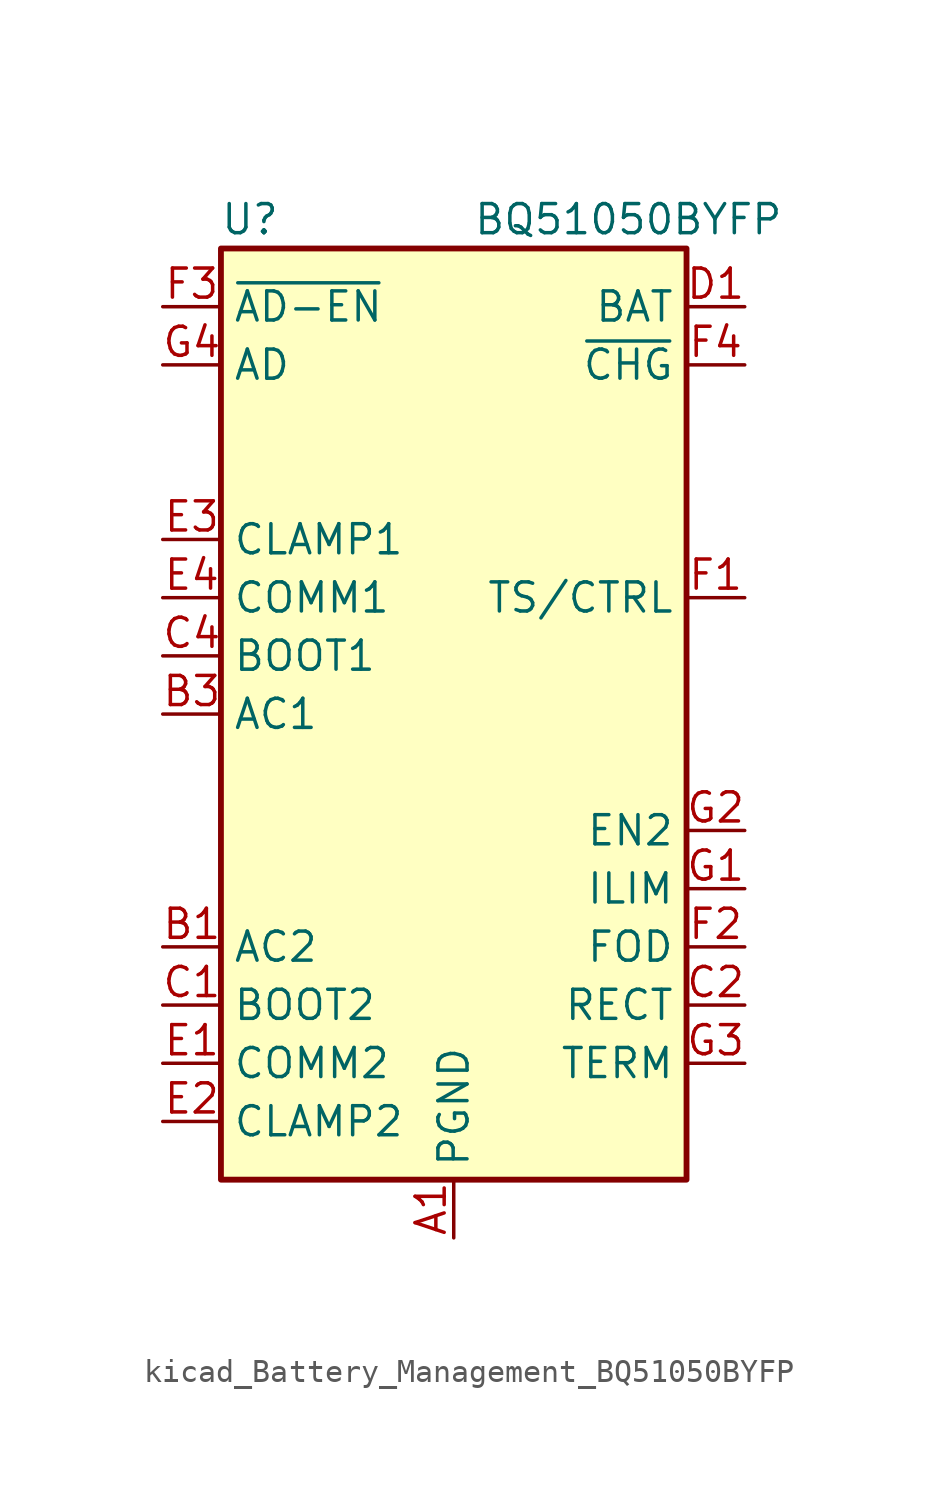
<source format=kicad_sym>
(kicad_symbol_lib
  (version 20220914)
  (generator kicad_symbol_editor)
  (symbol "kicad_Battery_Management_BQ51050BYFP"
    (property "Reference" "U"
      (at -8.89 21.59 0)
      (effects (font (size 1.27 1.27))))
    (property "Value" "BQ51050BYFP"
      (at 7.62 21.59 0)
      (effects (font (size 1.27 1.27))))
    (symbol "kicad_Battery_Management_BQ51050BYFP_0_1"
      (rectangle (start -10.16 -20.32) (end 10.16 20.32) (stroke (width 0.254) (type default)) (fill (type background))))
    (symbol "kicad_Battery_Management_BQ51050BYFP_1_1"
      (pin power_in line (at 0 -22.86 90) (length 2.54) (name "PGND" (effects (font (size 1.27 1.27)))) (number "A1" (effects (font (size 1.27 1.27)))))
      (pin passive line (at 0 -22.86 90) (length 2.54) hide (name "PGND" (effects (font (size 1.27 1.27)))) (number "A2" (effects (font (size 1.27 1.27)))))
      (pin passive line (at 0 -22.86 90) (length 2.54) hide (name "PGND" (effects (font (size 1.27 1.27)))) (number "A3" (effects (font (size 1.27 1.27)))))
      (pin passive line (at 0 -22.86 90) (length 2.54) hide (name "PGND" (effects (font (size 1.27 1.27)))) (number "A4" (effects (font (size 1.27 1.27)))))
      (pin input line (at -12.7 -10.16 0) (length 2.54) (name "AC2" (effects (font (size 1.27 1.27)))) (number "B1" (effects (font (size 1.27 1.27)))))
      (pin input line (at -12.7 -10.16 0) (length 2.54) hide (name "AC2" (effects (font (size 1.27 1.27)))) (number "B2" (effects (font (size 1.27 1.27)))))
      (pin input line (at -12.7 0 0) (length 2.54) (name "AC1" (effects (font (size 1.27 1.27)))) (number "B3" (effects (font (size 1.27 1.27)))))
      (pin input line (at -12.7 0 0) (length 2.54) hide (name "AC1" (effects (font (size 1.27 1.27)))) (number "B4" (effects (font (size 1.27 1.27)))))
      (pin passive line (at -12.7 -12.7 0) (length 2.54) (name "BOOT2" (effects (font (size 1.27 1.27)))) (number "C1" (effects (font (size 1.27 1.27)))))
      (pin passive line (at 12.7 -12.7 180) (length 2.54) (name "RECT" (effects (font (size 1.27 1.27)))) (number "C2" (effects (font (size 1.27 1.27)))))
      (pin passive line (at 12.7 -12.7 180) (length 2.54) hide (name "RECT" (effects (font (size 1.27 1.27)))) (number "C3" (effects (font (size 1.27 1.27)))))
      (pin passive line (at -12.7 2.54 0) (length 2.54) (name "BOOT1" (effects (font (size 1.27 1.27)))) (number "C4" (effects (font (size 1.27 1.27)))))
      (pin power_out line (at 12.7 17.78 180) (length 2.54) (name "BAT" (effects (font (size 1.27 1.27)))) (number "D1" (effects (font (size 1.27 1.27)))))
      (pin passive line (at 12.7 17.78 180) (length 2.54) hide (name "BAT" (effects (font (size 1.27 1.27)))) (number "D2" (effects (font (size 1.27 1.27)))))
      (pin passive line (at 12.7 17.78 180) (length 2.54) hide (name "BAT" (effects (font (size 1.27 1.27)))) (number "D3" (effects (font (size 1.27 1.27)))))
      (pin passive line (at 12.7 17.78 180) (length 2.54) hide (name "BAT" (effects (font (size 1.27 1.27)))) (number "D4" (effects (font (size 1.27 1.27)))))
      (pin open_collector line (at -12.7 -15.24 0) (length 2.54) (name "COMM2" (effects (font (size 1.27 1.27)))) (number "E1" (effects (font (size 1.27 1.27)))))
      (pin open_collector line (at -12.7 -17.78 0) (length 2.54) (name "CLAMP2" (effects (font (size 1.27 1.27)))) (number "E2" (effects (font (size 1.27 1.27)))))
      (pin open_collector line (at -12.7 7.62 0) (length 2.54) (name "CLAMP1" (effects (font (size 1.27 1.27)))) (number "E3" (effects (font (size 1.27 1.27)))))
      (pin open_collector line (at -12.7 5.08 0) (length 2.54) (name "COMM1" (effects (font (size 1.27 1.27)))) (number "E4" (effects (font (size 1.27 1.27)))))
      (pin input line (at 12.7 5.08 180) (length 2.54) (name "TS/CTRL" (effects (font (size 1.27 1.27)))) (number "F1" (effects (font (size 1.27 1.27)))))
      (pin input line (at 12.7 -10.16 180) (length 2.54) (name "FOD" (effects (font (size 1.27 1.27)))) (number "F2" (effects (font (size 1.27 1.27)))))
      (pin output line (at -12.7 17.78 0) (length 2.54) (name "~{AD-EN}" (effects (font (size 1.27 1.27)))) (number "F3" (effects (font (size 1.27 1.27)))))
      (pin open_collector line (at 12.7 15.24 180) (length 2.54) (name "~{CHG}" (effects (font (size 1.27 1.27)))) (number "F4" (effects (font (size 1.27 1.27)))))
      (pin passive line (at 12.7 -7.62 180) (length 2.54) (name "ILIM" (effects (font (size 1.27 1.27)))) (number "G1" (effects (font (size 1.27 1.27)))))
      (pin input line (at 12.7 -5.08 180) (length 2.54) (name "EN2" (effects (font (size 1.27 1.27)))) (number "G2" (effects (font (size 1.27 1.27)))))
      (pin input line (at 12.7 -15.24 180) (length 2.54) (name "TERM" (effects (font (size 1.27 1.27)))) (number "G3" (effects (font (size 1.27 1.27)))))
      (pin input line (at -12.7 15.24 0) (length 2.54) (name "AD" (effects (font (size 1.27 1.27)))) (number "G4" (effects (font (size 1.27 1.27))))))))
</source>
